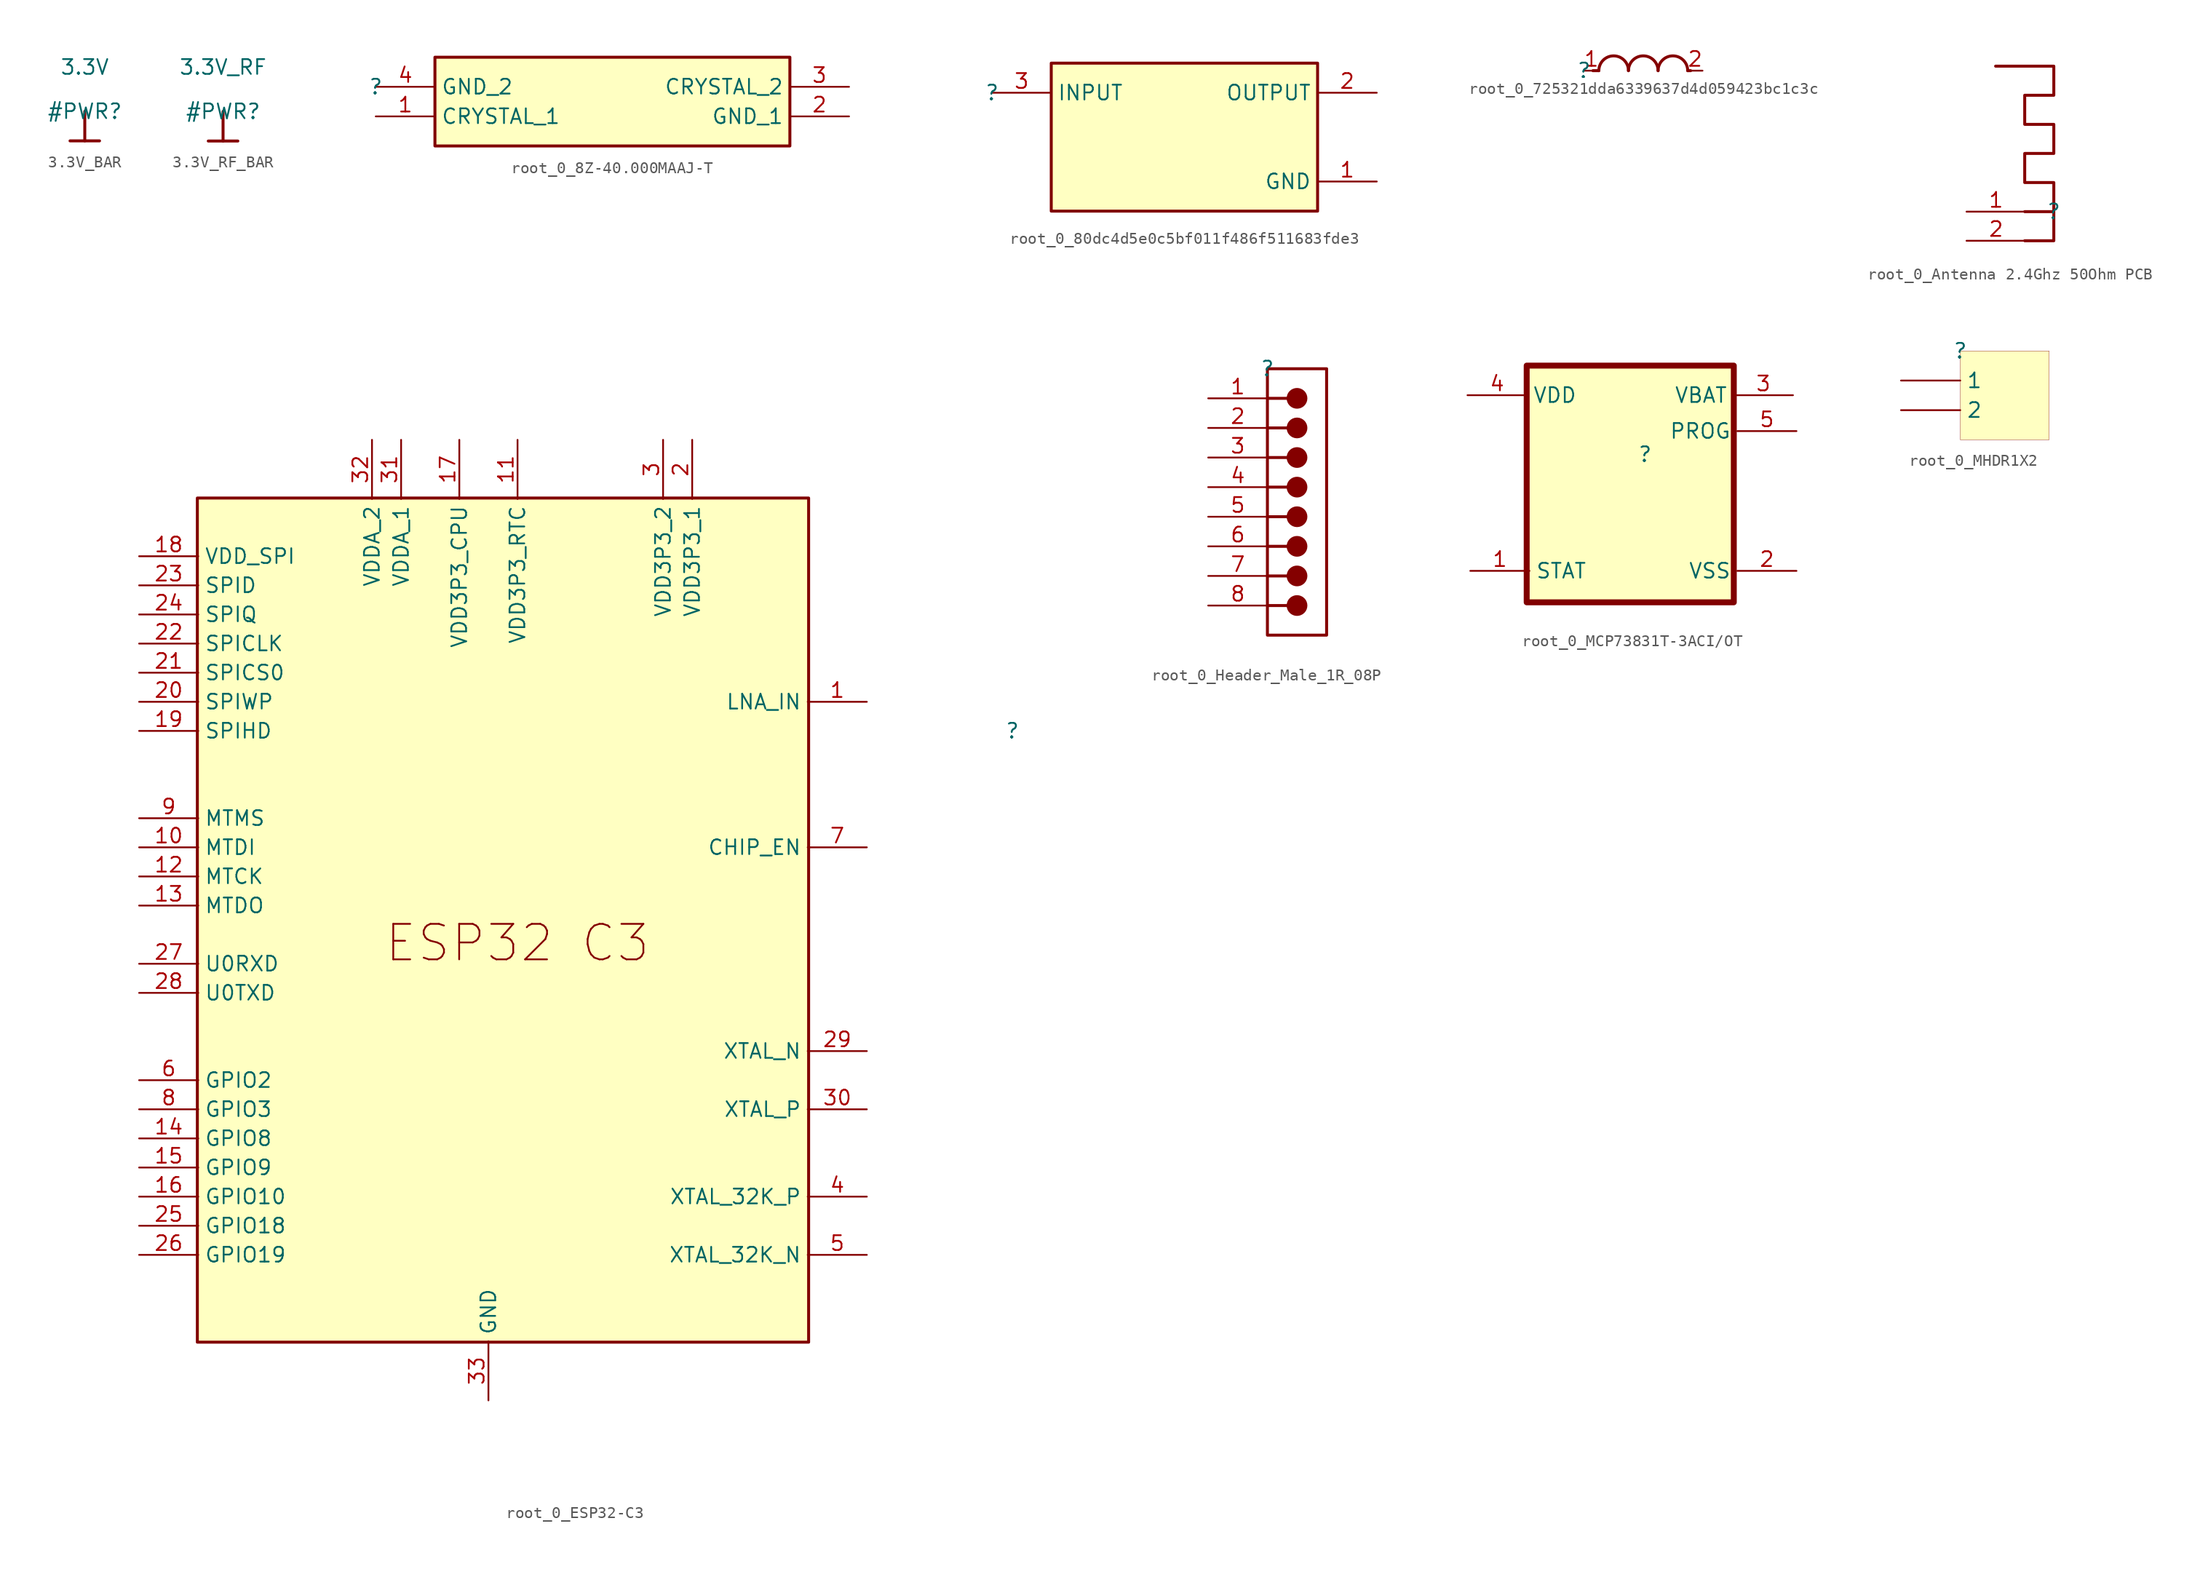
<source format=kicad_sym>
(kicad_symbol_lib
  (version 20231120)
  (generator "kicad_symbol_editor")
  (generator_version "8.0")
  (symbol "3.3V_BAR"
    (power)
    (property "Reference" "#PWR"
      (at 0 0 0)
      (effects (font (size 1.27 1.27))))
    (property "Value" "3.3V"
      (at 0 3.81 0)
      (effects (font (size 1.27 1.27))))
    (symbol "3.3V_BAR_0_0"
      (polyline (pts (xy -1.27 -2.54) (xy 1.27 -2.54)) (stroke (width 0.254) (type solid)) (fill (type none)))
      (polyline (pts (xy 0 0) (xy 0 -2.54)) (stroke (width 0.254) (type solid)) (fill (type none)))
      (pin power_in line (at 0 0 0) (length 0) hide (name "3.3V" (effects (font (size 1.27 1.27)))) (number "" (effects (font (size 1.27 1.27)))))))
  (symbol "3.3V_RF_BAR"
    (power)
    (property "Reference" "#PWR"
      (at 0 0 0)
      (effects (font (size 1.27 1.27))))
    (property "Value" "3.3V_RF"
      (at 0 3.81 0)
      (effects (font (size 1.27 1.27))))
    (symbol "3.3V_RF_BAR_0_0"
      (polyline (pts (xy -1.27 -2.54) (xy 1.27 -2.54)) (stroke (width 0.254) (type solid)) (fill (type none)))
      (polyline (pts (xy 0 0) (xy 0 -2.54)) (stroke (width 0.254) (type solid)) (fill (type none)))
      (pin power_in line (at 0 0 0) (length 0) hide (name "3.3V_RF" (effects (font (size 1.27 1.27)))) (number "" (effects (font (size 1.27 1.27)))))))
  (symbol "root_0_8Z-40.000MAAJ-T"
    (property "Reference" ""
      (at 0 0 0)
      (effects (font (size 1.27 1.27))))
    (property "Value" ""
      (at 0 0 0)
      (effects (font (size 1.27 1.27))))
    (symbol "root_0_8Z-40.000MAAJ-T_1_0"
      (rectangle (start 35.56 2.54) (end 5.08 -5.08) (stroke (width 0.254) (type solid) (color 128 0 0 1)) (fill (type background)))
      (pin passive line (at 0 -2.54 0) (length 5.08) (name "CRYSTAL_1" (effects (font (size 1.27 1.27)))) (number "1" (effects (font (size 1.27 1.27)))))
      (pin passive line (at 40.64 -2.54 180) (length 5.08) (name "GND_1" (effects (font (size 1.27 1.27)))) (number "2" (effects (font (size 1.27 1.27)))))
      (pin passive line (at 40.64 0 180) (length 5.08) (name "CRYSTAL_2" (effects (font (size 1.27 1.27)))) (number "3" (effects (font (size 1.27 1.27)))))
      (pin passive line (at 0 0 0) (length 5.08) (name "GND_2" (effects (font (size 1.27 1.27)))) (number "4" (effects (font (size 1.27 1.27)))))))
  (symbol "root_0_80dc4d5e0c5bf011f486f511683fde3"
    (property "Reference" ""
      (at 0 0 0)
      (effects (font (size 1.27 1.27))))
    (property "Value" ""
      (at 0 0 0)
      (effects (font (size 1.27 1.27))))
    (symbol "root_0_80dc4d5e0c5bf011f486f511683fde3_1_0"
      (rectangle (start 27.94 2.54) (end 5.08 -10.16) (stroke (width 0.254) (type solid) (color 128 0 0 1)) (fill (type background)))
      (pin power_in line (at 33.02 -7.62 180) (length 5.08) (name "GND" (effects (font (size 1.27 1.27)))) (number "1" (effects (font (size 1.27 1.27)))))
      (pin output line (at 33.02 0 180) (length 5.08) (name "OUTPUT" (effects (font (size 1.27 1.27)))) (number "2" (effects (font (size 1.27 1.27)))))
      (pin input line (at 0 0 0) (length 5.08) (name "INPUT" (effects (font (size 1.27 1.27)))) (number "3" (effects (font (size 1.27 1.27)))))))
  (symbol "root_0_725321dda6339637d4d059423bc1c3c"
    (property "Reference" ""
      (at 0 0 0)
      (effects (font (size 1.27 1.27))))
    (property "Value" ""
      (at 0 0 0)
      (effects (font (size 1.27 1.27))))
    (symbol "root_0_725321dda6339637d4d059423bc1c3c_1_0"
      (polyline (pts (xy 1.27 0) (xy 0.762 0)) (stroke (width 0.254) (type solid)) (fill (type none)))
      (polyline (pts (xy 8.89 0) (xy 9.144 0)) (stroke (width 0.254) (type solid)) (fill (type none)))
      (arc (start 3.81 0) (mid 2.54 1.27) (end 1.27 0) (stroke (width 0.254) (type solid)) (fill (type none)))
      (arc (start 6.35 0) (mid 5.08 1.27) (end 3.81 0) (stroke (width 0.254) (type solid)) (fill (type none)))
      (arc (start 8.89 0) (mid 7.62 1.27) (end 6.35 0) (stroke (width 0.254) (type solid)) (fill (type none)))
      (pin passive line (at 0 0 0) (length 1.27) (name "1" (effects (font (size 0 0)))) (number "1" (effects (font (size 1.27 1.27)))))
      (pin passive line (at 10.16 0 180) (length 1.27) (name "2" (effects (font (size 0 0)))) (number "2" (effects (font (size 1.27 1.27)))))))
  (symbol "root_0_Antenna 2.4Ghz 50Ohm PCB"
    (property "Reference" ""
      (at 0 0 0)
      (effects (font (size 1.27 1.27))))
    (property "Value" ""
      (at 0 0 0)
      (effects (font (size 1.27 1.27))))
    (symbol "root_0_Antenna 2.4Ghz 50Ohm PCB_1_0"
      (polyline (pts (xy -2.5 0) (xy 0 0) (xy 0 -2.5) (xy -2.5 -2.5) (xy 0 -2.5) (xy 0 2.5) (xy -2.5 2.5) (xy -2.5 5) (xy 0 5) (xy 0 7.5) (xy -2.5 7.5) (xy -2.5 10) (xy 0 10) (xy 0 12.5) (xy -5 12.5)) (stroke (width 0.254) (type solid)) (fill (type none)))
      (pin passive line (at -7.5 0 0) (length 5.08) (name "RF" (effects (font (size 0 0)))) (number "1" (effects (font (size 1.27 1.27)))))
      (pin passive line (at -7.5 -2.5 0) (length 5.08) (name "GND" (effects (font (size 0 0)))) (number "2" (effects (font (size 1.27 1.27)))))))
  (symbol "root_0_ESP32-C3"
    (property "Reference" ""
      (at 0 0 0)
      (effects (font (size 1.27 1.27))))
    (property "Value" ""
      (at 0 0 0)
      (effects (font (size 1.27 1.27))))
    (symbol "root_0_ESP32-C3_1_0"
      (rectangle (start -17.5 20) (end -70 -52.5) (stroke (width 0.254) (type solid) (color 128 0 0 1)) (fill (type background)))
      (text "ESP32 C3" (at -54 -20 0) (effects (font (size 3.048 3.048)) (justify left bottom)))
      (pin bidirectional line (at -12.5 2.5 180) (length 5.08) (name "LNA_IN" (effects (font (size 1.27 1.27)))) (number "1" (effects (font (size 1.27 1.27)))))
      (pin bidirectional line (at -75 -10 0) (length 5.08) (name "MTDI" (effects (font (size 1.27 1.27)))) (number "10" (effects (font (size 1.27 1.27)))))
      (pin passive line (at -42.5 25 270) (length 5.08) (name "VDD3P3_RTC" (effects (font (size 1.27 1.27)))) (number "11" (effects (font (size 1.27 1.27)))))
      (pin bidirectional line (at -75 -12.5 0) (length 5.08) (name "MTCK" (effects (font (size 1.27 1.27)))) (number "12" (effects (font (size 1.27 1.27)))))
      (pin bidirectional line (at -75 -15 0) (length 5.08) (name "MTDO" (effects (font (size 1.27 1.27)))) (number "13" (effects (font (size 1.27 1.27)))))
      (pin bidirectional line (at -75 -35 0) (length 5.08) (name "GPIO8" (effects (font (size 1.27 1.27)))) (number "14" (effects (font (size 1.27 1.27)))))
      (pin bidirectional line (at -75 -37.5 0) (length 5.08) (name "GPIO9" (effects (font (size 1.27 1.27)))) (number "15" (effects (font (size 1.27 1.27)))))
      (pin bidirectional line (at -75 -40 0) (length 5.08) (name "GPIO10" (effects (font (size 1.27 1.27)))) (number "16" (effects (font (size 1.27 1.27)))))
      (pin passive line (at -47.5 25 270) (length 5.08) (name "VDD3P3_CPU" (effects (font (size 1.27 1.27)))) (number "17" (effects (font (size 1.27 1.27)))))
      (pin passive line (at -75 15 0) (length 5.08) (name "VDD_SPI" (effects (font (size 1.27 1.27)))) (number "18" (effects (font (size 1.27 1.27)))))
      (pin bidirectional line (at -75 0 0) (length 5.08) (name "SPIHD" (effects (font (size 1.27 1.27)))) (number "19" (effects (font (size 1.27 1.27)))))
      (pin passive line (at -27.5 25 270) (length 5.08) (name "VDD3P3_1" (effects (font (size 1.27 1.27)))) (number "2" (effects (font (size 1.27 1.27)))))
      (pin bidirectional line (at -75 2.5 0) (length 5.08) (name "SPIWP" (effects (font (size 1.27 1.27)))) (number "20" (effects (font (size 1.27 1.27)))))
      (pin bidirectional line (at -75 5 0) (length 5.08) (name "SPICS0" (effects (font (size 1.27 1.27)))) (number "21" (effects (font (size 1.27 1.27)))))
      (pin bidirectional line (at -75 7.5 0) (length 5.08) (name "SPICLK" (effects (font (size 1.27 1.27)))) (number "22" (effects (font (size 1.27 1.27)))))
      (pin bidirectional line (at -75 12.5 0) (length 5.08) (name "SPID" (effects (font (size 1.27 1.27)))) (number "23" (effects (font (size 1.27 1.27)))))
      (pin bidirectional line (at -75 10 0) (length 5.08) (name "SPIQ" (effects (font (size 1.27 1.27)))) (number "24" (effects (font (size 1.27 1.27)))))
      (pin bidirectional line (at -75 -42.5 0) (length 5.08) (name "GPIO18" (effects (font (size 1.27 1.27)))) (number "25" (effects (font (size 1.27 1.27)))))
      (pin bidirectional line (at -75 -45 0) (length 5.08) (name "GPIO19" (effects (font (size 1.27 1.27)))) (number "26" (effects (font (size 1.27 1.27)))))
      (pin bidirectional line (at -75 -20 0) (length 5.08) (name "U0RXD" (effects (font (size 1.27 1.27)))) (number "27" (effects (font (size 1.27 1.27)))))
      (pin bidirectional line (at -75 -22.5 0) (length 5.08) (name "U0TXD" (effects (font (size 1.27 1.27)))) (number "28" (effects (font (size 1.27 1.27)))))
      (pin input line (at -12.5 -27.5 180) (length 5.08) (name "XTAL_N" (effects (font (size 1.27 1.27)))) (number "29" (effects (font (size 1.27 1.27)))))
      (pin passive line (at -30 25 270) (length 5.08) (name "VDD3P3_2" (effects (font (size 1.27 1.27)))) (number "3" (effects (font (size 1.27 1.27)))))
      (pin input line (at -12.5 -32.5 180) (length 5.08) (name "XTAL_P" (effects (font (size 1.27 1.27)))) (number "30" (effects (font (size 1.27 1.27)))))
      (pin passive line (at -52.5 25 270) (length 5.08) (name "VDDA_1" (effects (font (size 1.27 1.27)))) (number "31" (effects (font (size 1.27 1.27)))))
      (pin passive line (at -55 25 270) (length 5.08) (name "VDDA_2" (effects (font (size 1.27 1.27)))) (number "32" (effects (font (size 1.27 1.27)))))
      (pin passive line (at -45 -57.5 90) (length 5.08) (name "GND" (effects (font (size 1.27 1.27)))) (number "33" (effects (font (size 1.27 1.27)))))
      (pin bidirectional line (at -12.5 -40 180) (length 5.08) (name "XTAL_32K_P" (effects (font (size 1.27 1.27)))) (number "4" (effects (font (size 1.27 1.27)))))
      (pin bidirectional line (at -12.5 -45 180) (length 5.08) (name "XTAL_32K_N" (effects (font (size 1.27 1.27)))) (number "5" (effects (font (size 1.27 1.27)))))
      (pin bidirectional line (at -75 -30 0) (length 5.08) (name "GPIO2" (effects (font (size 1.27 1.27)))) (number "6" (effects (font (size 1.27 1.27)))))
      (pin input line (at -12.5 -10 180) (length 5.08) (name "CHIP_EN" (effects (font (size 1.27 1.27)))) (number "7" (effects (font (size 1.27 1.27)))))
      (pin bidirectional line (at -75 -32.5 0) (length 5.08) (name "GPIO3" (effects (font (size 1.27 1.27)))) (number "8" (effects (font (size 1.27 1.27)))))
      (pin bidirectional line (at -75 -7.5 0) (length 5.08) (name "MTMS" (effects (font (size 1.27 1.27)))) (number "9" (effects (font (size 1.27 1.27)))))))
  (symbol "root_0_Header_Male_1R_08P"
    (property "Reference" ""
      (at 0 0 0)
      (effects (font (size 1.27 1.27))))
    (property "Value" ""
      (at 0 0 0)
      (effects (font (size 1.27 1.27))))
    (symbol "root_0_Header_Male_1R_08P_1_0"
      (polyline (pts (xy 0 -20.32) (xy 1.778 -20.32)) (stroke (width 0.254) (type solid)) (fill (type none)))
      (polyline (pts (xy 0 -17.78) (xy 1.778 -17.78)) (stroke (width 0.254) (type solid)) (fill (type none)))
      (polyline (pts (xy 0 -15.24) (xy 1.778 -15.24)) (stroke (width 0.254) (type solid)) (fill (type none)))
      (polyline (pts (xy 0 -12.7) (xy 1.778 -12.7)) (stroke (width 0.254) (type solid)) (fill (type none)))
      (polyline (pts (xy 0 -10.16) (xy 1.778 -10.16)) (stroke (width 0.254) (type solid)) (fill (type none)))
      (polyline (pts (xy 0 -7.62) (xy 1.778 -7.62)) (stroke (width 0.254) (type solid)) (fill (type none)))
      (polyline (pts (xy 0 -5.08) (xy 1.778 -5.08)) (stroke (width 0.254) (type solid)) (fill (type none)))
      (polyline (pts (xy 0 -2.54) (xy 1.778 -2.54)) (stroke (width 0.254) (type solid)) (fill (type none)))
      (polyline (pts (xy 5.08 0) (xy 0 0) (xy 0 -22.86) (xy 5.08 -22.86) (xy 5.08 0)) (stroke (width 0.254) (type solid)) (fill (type none)))
      (circle (center 2.54 -20.32) (radius 0.762) (stroke (width 0.254) (type solid)) (fill (type outline)))
      (circle (center 2.54 -17.78) (radius 0.762) (stroke (width 0.254) (type solid)) (fill (type outline)))
      (circle (center 2.54 -15.24) (radius 0.762) (stroke (width 0.254) (type solid)) (fill (type outline)))
      (circle (center 2.54 -12.7) (radius 0.762) (stroke (width 0.254) (type solid)) (fill (type outline)))
      (circle (center 2.54 -10.16) (radius 0.762) (stroke (width 0.254) (type solid)) (fill (type outline)))
      (circle (center 2.54 -7.62) (radius 0.762) (stroke (width 0.254) (type solid)) (fill (type outline)))
      (circle (center 2.54 -5.08) (radius 0.762) (stroke (width 0.254) (type solid)) (fill (type outline)))
      (circle (center 2.54 -2.54) (radius 0.762) (stroke (width 0.254) (type solid)) (fill (type outline)))
      (pin passive line (at -5.08 -2.54 0) (length 5.08) (name "1" (effects (font (size 0 0)))) (number "1" (effects (font (size 1.27 1.27)))))
      (pin passive line (at -5.08 -5.08 0) (length 5.08) (name "2" (effects (font (size 0 0)))) (number "2" (effects (font (size 1.27 1.27)))))
      (pin passive line (at -5.08 -7.62 0) (length 5.08) (name "3" (effects (font (size 0 0)))) (number "3" (effects (font (size 1.27 1.27)))))
      (pin passive line (at -5.08 -10.16 0) (length 5.08) (name "4" (effects (font (size 0 0)))) (number "4" (effects (font (size 1.27 1.27)))))
      (pin passive line (at -5.08 -12.7 0) (length 5.08) (name "5" (effects (font (size 0 0)))) (number "5" (effects (font (size 1.27 1.27)))))
      (pin passive line (at -5.08 -15.24 0) (length 5.08) (name "6" (effects (font (size 0 0)))) (number "6" (effects (font (size 1.27 1.27)))))
      (pin passive line (at -5.08 -17.78 0) (length 5.08) (name "7" (effects (font (size 0 0)))) (number "7" (effects (font (size 1.27 1.27)))))
      (pin passive line (at -5.08 -20.32 0) (length 5.08) (name "8" (effects (font (size 0 0)))) (number "8" (effects (font (size 1.27 1.27)))))))
  (symbol "root_0_MCP73831T-3ACI/OT"
    (property "Reference" ""
      (at 0 0 0)
      (effects (font (size 1.27 1.27))))
    (property "Value" ""
      (at 0 0 0)
      (effects (font (size 1.27 1.27))))
    (symbol "root_0_MCP73831T-3ACI/OT_1_0"
      (rectangle (start 7.62 7.62) (end -10.16 -12.7) (stroke (width 0.508) (type solid) (color 128 0 0 1)) (fill (type background)))
      (pin output line (at -15 -10 0) (length 5.08) (name "STAT" (effects (font (size 1.27 1.27)))) (number "1" (effects (font (size 1.27 1.27)))))
      (pin power_in line (at 13 -10 180) (length 5.08) (name "VSS" (effects (font (size 1.27 1.27)))) (number "2" (effects (font (size 1.27 1.27)))))
      (pin power_in line (at 12.7 5.08 180) (length 5.08) (name "VBAT" (effects (font (size 1.27 1.27)))) (number "3" (effects (font (size 1.27 1.27)))))
      (pin power_in line (at -15.24 5.08 0) (length 5.08) (name "VDD" (effects (font (size 1.27 1.27)))) (number "4" (effects (font (size 1.27 1.27)))))
      (pin input line (at 13 2 180) (length 5.08) (name "PROG" (effects (font (size 1.27 1.27)))) (number "5" (effects (font (size 1.27 1.27)))))))
  (symbol "root_0_MHDR1X2"
    (property "Reference" ""
      (at 0 0 0)
      (effects (font (size 1.27 1.27))))
    (property "Value" ""
      (at 0 0 0)
      (effects (font (size 1.27 1.27))))
    (symbol "root_0_MHDR1X2_1_0"
      (rectangle (start 7.62 0) (end 0 -7.62) (stroke (width 0.025) (type solid) (color 128 0 0 1)) (fill (type background)))
      (pin passive line (at -5.08 -2.54 0) (length 5.08) (name "1" (effects (font (size 1.27 1.27)))) (number "1" (effects (font (size 0 0)))))
      (pin passive line (at -5.08 -5.08 0) (length 5.08) (name "2" (effects (font (size 1.27 1.27)))) (number "2" (effects (font (size 0 0))))))))
</source>
